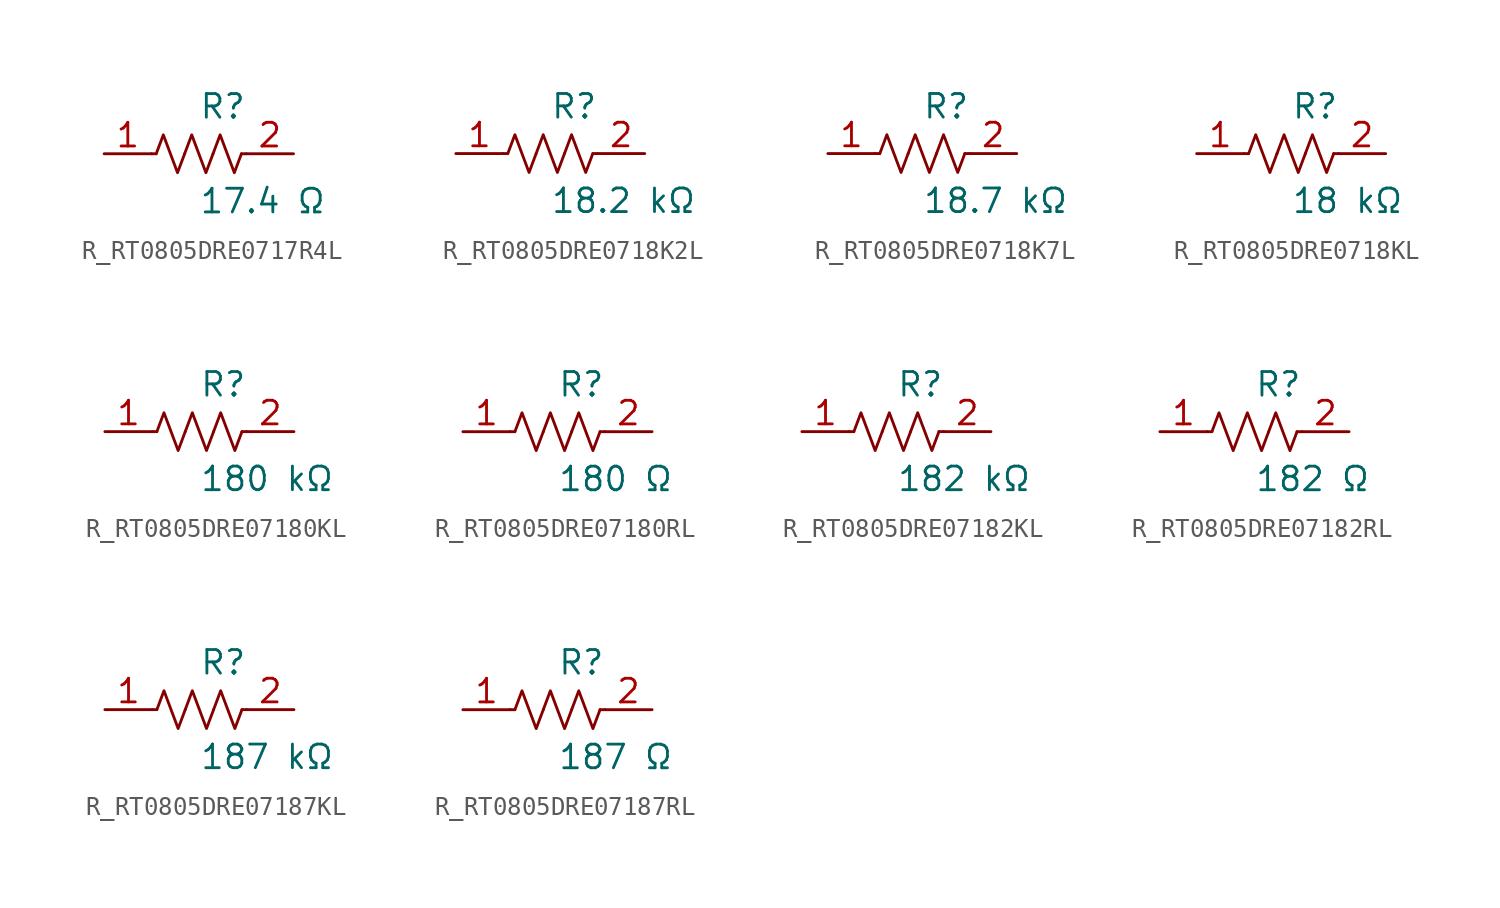
<source format=kicad_sym>
(kicad_symbol_lib
  (version 20231120)
  (generator kicad_symbol_editor)
  (generator_version 8.0)
  (symbol "R_RT0805DRE0717R4L"
    (pin_names
      (offset 0.254))
    (property "Reference" "R"
      (at 0 2.54 0)
      (effects (font (size 1.27 1.27)) (justify left)))
    (property "Value" "17.4 Ω"
      (at 0 -2.54 0)
      (effects (font (size 1.27 1.27)) (justify left)))
    (symbol "R_RT0805DRE0717R4L_0_1"
      (polyline (pts (xy 2.286 0) (xy 2.54 0)) (stroke (width 0) (type default)) (fill (type none)))
      (polyline (pts (xy -2.286 0) (xy -2.54 0)) (stroke (width 0) (type default)) (fill (type none)))
      (polyline (pts (xy 0.762 0) (xy 1.143 1.016) (xy 1.524 0) (xy 1.905 -1.016) (xy 2.286 0)) (stroke (width 0) (type default)) (fill (type none)))
      (polyline (pts (xy -0.762 0) (xy -0.381 1.016) (xy 0 0) (xy 0.381 -1.016) (xy 0.762 0)) (stroke (width 0) (type default)) (fill (type none)))
      (polyline (pts (xy -2.286 0) (xy -1.905 1.016) (xy -1.524 0) (xy -1.143 -1.016) (xy -0.762 0)) (stroke (width 0) (type default)) (fill (type none))))
    (pin passive line
      (at -5.08 0 0)
      (length 2.54)
      (name "" (effects (font (size 1.27 1.27))))
      (number "1" (effects (font (size 1.27 1.27)))))
    (pin passive line
      (at 5.08 0 180)
      (length 2.54)
      (name "" (effects (font (size 1.27 1.27))))
      (number "2" (effects (font (size 1.27 1.27))))))
  (symbol "R_RT0805DRE0718K2L"
    (pin_names
      (offset 0.254))
    (property "Reference" "R"
      (at 0 2.54 0)
      (effects (font (size 1.27 1.27)) (justify left)))
    (property "Value" "18.2 kΩ"
      (at 0 -2.54 0)
      (effects (font (size 1.27 1.27)) (justify left)))
    (symbol "R_RT0805DRE0718K2L_0_1"
      (polyline (pts (xy 2.286 0) (xy 2.54 0)) (stroke (width 0) (type default)) (fill (type none)))
      (polyline (pts (xy -2.286 0) (xy -2.54 0)) (stroke (width 0) (type default)) (fill (type none)))
      (polyline (pts (xy 0.762 0) (xy 1.143 1.016) (xy 1.524 0) (xy 1.905 -1.016) (xy 2.286 0)) (stroke (width 0) (type default)) (fill (type none)))
      (polyline (pts (xy -0.762 0) (xy -0.381 1.016) (xy 0 0) (xy 0.381 -1.016) (xy 0.762 0)) (stroke (width 0) (type default)) (fill (type none)))
      (polyline (pts (xy -2.286 0) (xy -1.905 1.016) (xy -1.524 0) (xy -1.143 -1.016) (xy -0.762 0)) (stroke (width 0) (type default)) (fill (type none))))
    (pin passive line
      (at -5.08 0 0)
      (length 2.54)
      (name "" (effects (font (size 1.27 1.27))))
      (number "1" (effects (font (size 1.27 1.27)))))
    (pin passive line
      (at 5.08 0 180)
      (length 2.54)
      (name "" (effects (font (size 1.27 1.27))))
      (number "2" (effects (font (size 1.27 1.27))))))
  (symbol "R_RT0805DRE0718K7L"
    (pin_names
      (offset 0.254))
    (property "Reference" "R"
      (at 0 2.54 0)
      (effects (font (size 1.27 1.27)) (justify left)))
    (property "Value" "18.7 kΩ"
      (at 0 -2.54 0)
      (effects (font (size 1.27 1.27)) (justify left)))
    (symbol "R_RT0805DRE0718K7L_0_1"
      (polyline (pts (xy 2.286 0) (xy 2.54 0)) (stroke (width 0) (type default)) (fill (type none)))
      (polyline (pts (xy -2.286 0) (xy -2.54 0)) (stroke (width 0) (type default)) (fill (type none)))
      (polyline (pts (xy 0.762 0) (xy 1.143 1.016) (xy 1.524 0) (xy 1.905 -1.016) (xy 2.286 0)) (stroke (width 0) (type default)) (fill (type none)))
      (polyline (pts (xy -0.762 0) (xy -0.381 1.016) (xy 0 0) (xy 0.381 -1.016) (xy 0.762 0)) (stroke (width 0) (type default)) (fill (type none)))
      (polyline (pts (xy -2.286 0) (xy -1.905 1.016) (xy -1.524 0) (xy -1.143 -1.016) (xy -0.762 0)) (stroke (width 0) (type default)) (fill (type none))))
    (pin passive line
      (at -5.08 0 0)
      (length 2.54)
      (name "" (effects (font (size 1.27 1.27))))
      (number "1" (effects (font (size 1.27 1.27)))))
    (pin passive line
      (at 5.08 0 180)
      (length 2.54)
      (name "" (effects (font (size 1.27 1.27))))
      (number "2" (effects (font (size 1.27 1.27))))))
  (symbol "R_RT0805DRE0718KL"
    (pin_names
      (offset 0.254))
    (property "Reference" "R"
      (at 0 2.54 0)
      (effects (font (size 1.27 1.27)) (justify left)))
    (property "Value" "18 kΩ"
      (at 0 -2.54 0)
      (effects (font (size 1.27 1.27)) (justify left)))
    (symbol "R_RT0805DRE0718KL_0_1"
      (polyline (pts (xy 2.286 0) (xy 2.54 0)) (stroke (width 0) (type default)) (fill (type none)))
      (polyline (pts (xy -2.286 0) (xy -2.54 0)) (stroke (width 0) (type default)) (fill (type none)))
      (polyline (pts (xy 0.762 0) (xy 1.143 1.016) (xy 1.524 0) (xy 1.905 -1.016) (xy 2.286 0)) (stroke (width 0) (type default)) (fill (type none)))
      (polyline (pts (xy -0.762 0) (xy -0.381 1.016) (xy 0 0) (xy 0.381 -1.016) (xy 0.762 0)) (stroke (width 0) (type default)) (fill (type none)))
      (polyline (pts (xy -2.286 0) (xy -1.905 1.016) (xy -1.524 0) (xy -1.143 -1.016) (xy -0.762 0)) (stroke (width 0) (type default)) (fill (type none))))
    (pin passive line
      (at -5.08 0 0)
      (length 2.54)
      (name "" (effects (font (size 1.27 1.27))))
      (number "1" (effects (font (size 1.27 1.27)))))
    (pin passive line
      (at 5.08 0 180)
      (length 2.54)
      (name "" (effects (font (size 1.27 1.27))))
      (number "2" (effects (font (size 1.27 1.27))))))
  (symbol "R_RT0805DRE07180KL"
    (pin_names
      (offset 0.254))
    (property "Reference" "R"
      (at 0 2.54 0)
      (effects (font (size 1.27 1.27)) (justify left)))
    (property "Value" "180 kΩ"
      (at 0 -2.54 0)
      (effects (font (size 1.27 1.27)) (justify left)))
    (symbol "R_RT0805DRE07180KL_0_1"
      (polyline (pts (xy 2.286 0) (xy 2.54 0)) (stroke (width 0) (type default)) (fill (type none)))
      (polyline (pts (xy -2.286 0) (xy -2.54 0)) (stroke (width 0) (type default)) (fill (type none)))
      (polyline (pts (xy 0.762 0) (xy 1.143 1.016) (xy 1.524 0) (xy 1.905 -1.016) (xy 2.286 0)) (stroke (width 0) (type default)) (fill (type none)))
      (polyline (pts (xy -0.762 0) (xy -0.381 1.016) (xy 0 0) (xy 0.381 -1.016) (xy 0.762 0)) (stroke (width 0) (type default)) (fill (type none)))
      (polyline (pts (xy -2.286 0) (xy -1.905 1.016) (xy -1.524 0) (xy -1.143 -1.016) (xy -0.762 0)) (stroke (width 0) (type default)) (fill (type none))))
    (pin passive line
      (at -5.08 0 0)
      (length 2.54)
      (name "" (effects (font (size 1.27 1.27))))
      (number "1" (effects (font (size 1.27 1.27)))))
    (pin passive line
      (at 5.08 0 180)
      (length 2.54)
      (name "" (effects (font (size 1.27 1.27))))
      (number "2" (effects (font (size 1.27 1.27))))))
  (symbol "R_RT0805DRE07180RL"
    (pin_names
      (offset 0.254))
    (property "Reference" "R"
      (at 0 2.54 0)
      (effects (font (size 1.27 1.27)) (justify left)))
    (property "Value" "180 Ω"
      (at 0 -2.54 0)
      (effects (font (size 1.27 1.27)) (justify left)))
    (symbol "R_RT0805DRE07180RL_0_1"
      (polyline (pts (xy 2.286 0) (xy 2.54 0)) (stroke (width 0) (type default)) (fill (type none)))
      (polyline (pts (xy -2.286 0) (xy -2.54 0)) (stroke (width 0) (type default)) (fill (type none)))
      (polyline (pts (xy 0.762 0) (xy 1.143 1.016) (xy 1.524 0) (xy 1.905 -1.016) (xy 2.286 0)) (stroke (width 0) (type default)) (fill (type none)))
      (polyline (pts (xy -0.762 0) (xy -0.381 1.016) (xy 0 0) (xy 0.381 -1.016) (xy 0.762 0)) (stroke (width 0) (type default)) (fill (type none)))
      (polyline (pts (xy -2.286 0) (xy -1.905 1.016) (xy -1.524 0) (xy -1.143 -1.016) (xy -0.762 0)) (stroke (width 0) (type default)) (fill (type none))))
    (pin passive line
      (at -5.08 0 0)
      (length 2.54)
      (name "" (effects (font (size 1.27 1.27))))
      (number "1" (effects (font (size 1.27 1.27)))))
    (pin passive line
      (at 5.08 0 180)
      (length 2.54)
      (name "" (effects (font (size 1.27 1.27))))
      (number "2" (effects (font (size 1.27 1.27))))))
  (symbol "R_RT0805DRE07182KL"
    (pin_names
      (offset 0.254))
    (property "Reference" "R"
      (at 0 2.54 0)
      (effects (font (size 1.27 1.27)) (justify left)))
    (property "Value" "182 kΩ"
      (at 0 -2.54 0)
      (effects (font (size 1.27 1.27)) (justify left)))
    (symbol "R_RT0805DRE07182KL_0_1"
      (polyline (pts (xy 2.286 0) (xy 2.54 0)) (stroke (width 0) (type default)) (fill (type none)))
      (polyline (pts (xy -2.286 0) (xy -2.54 0)) (stroke (width 0) (type default)) (fill (type none)))
      (polyline (pts (xy 0.762 0) (xy 1.143 1.016) (xy 1.524 0) (xy 1.905 -1.016) (xy 2.286 0)) (stroke (width 0) (type default)) (fill (type none)))
      (polyline (pts (xy -0.762 0) (xy -0.381 1.016) (xy 0 0) (xy 0.381 -1.016) (xy 0.762 0)) (stroke (width 0) (type default)) (fill (type none)))
      (polyline (pts (xy -2.286 0) (xy -1.905 1.016) (xy -1.524 0) (xy -1.143 -1.016) (xy -0.762 0)) (stroke (width 0) (type default)) (fill (type none))))
    (pin passive line
      (at -5.08 0 0)
      (length 2.54)
      (name "" (effects (font (size 1.27 1.27))))
      (number "1" (effects (font (size 1.27 1.27)))))
    (pin passive line
      (at 5.08 0 180)
      (length 2.54)
      (name "" (effects (font (size 1.27 1.27))))
      (number "2" (effects (font (size 1.27 1.27))))))
  (symbol "R_RT0805DRE07182RL"
    (pin_names
      (offset 0.254))
    (property "Reference" "R"
      (at 0 2.54 0)
      (effects (font (size 1.27 1.27)) (justify left)))
    (property "Value" "182 Ω"
      (at 0 -2.54 0)
      (effects (font (size 1.27 1.27)) (justify left)))
    (symbol "R_RT0805DRE07182RL_0_1"
      (polyline (pts (xy 2.286 0) (xy 2.54 0)) (stroke (width 0) (type default)) (fill (type none)))
      (polyline (pts (xy -2.286 0) (xy -2.54 0)) (stroke (width 0) (type default)) (fill (type none)))
      (polyline (pts (xy 0.762 0) (xy 1.143 1.016) (xy 1.524 0) (xy 1.905 -1.016) (xy 2.286 0)) (stroke (width 0) (type default)) (fill (type none)))
      (polyline (pts (xy -0.762 0) (xy -0.381 1.016) (xy 0 0) (xy 0.381 -1.016) (xy 0.762 0)) (stroke (width 0) (type default)) (fill (type none)))
      (polyline (pts (xy -2.286 0) (xy -1.905 1.016) (xy -1.524 0) (xy -1.143 -1.016) (xy -0.762 0)) (stroke (width 0) (type default)) (fill (type none))))
    (pin passive line
      (at -5.08 0 0)
      (length 2.54)
      (name "" (effects (font (size 1.27 1.27))))
      (number "1" (effects (font (size 1.27 1.27)))))
    (pin passive line
      (at 5.08 0 180)
      (length 2.54)
      (name "" (effects (font (size 1.27 1.27))))
      (number "2" (effects (font (size 1.27 1.27))))))
  (symbol "R_RT0805DRE07187KL"
    (pin_names
      (offset 0.254))
    (property "Reference" "R"
      (at 0 2.54 0)
      (effects (font (size 1.27 1.27)) (justify left)))
    (property "Value" "187 kΩ"
      (at 0 -2.54 0)
      (effects (font (size 1.27 1.27)) (justify left)))
    (symbol "R_RT0805DRE07187KL_0_1"
      (polyline (pts (xy 2.286 0) (xy 2.54 0)) (stroke (width 0) (type default)) (fill (type none)))
      (polyline (pts (xy -2.286 0) (xy -2.54 0)) (stroke (width 0) (type default)) (fill (type none)))
      (polyline (pts (xy 0.762 0) (xy 1.143 1.016) (xy 1.524 0) (xy 1.905 -1.016) (xy 2.286 0)) (stroke (width 0) (type default)) (fill (type none)))
      (polyline (pts (xy -0.762 0) (xy -0.381 1.016) (xy 0 0) (xy 0.381 -1.016) (xy 0.762 0)) (stroke (width 0) (type default)) (fill (type none)))
      (polyline (pts (xy -2.286 0) (xy -1.905 1.016) (xy -1.524 0) (xy -1.143 -1.016) (xy -0.762 0)) (stroke (width 0) (type default)) (fill (type none))))
    (pin passive line
      (at -5.08 0 0)
      (length 2.54)
      (name "" (effects (font (size 1.27 1.27))))
      (number "1" (effects (font (size 1.27 1.27)))))
    (pin passive line
      (at 5.08 0 180)
      (length 2.54)
      (name "" (effects (font (size 1.27 1.27))))
      (number "2" (effects (font (size 1.27 1.27))))))
  (symbol "R_RT0805DRE07187RL"
    (pin_names
      (offset 0.254))
    (property "Reference" "R"
      (at 0 2.54 0)
      (effects (font (size 1.27 1.27)) (justify left)))
    (property "Value" "187 Ω"
      (at 0 -2.54 0)
      (effects (font (size 1.27 1.27)) (justify left)))
    (symbol "R_RT0805DRE07187RL_0_1"
      (polyline (pts (xy 2.286 0) (xy 2.54 0)) (stroke (width 0) (type default)) (fill (type none)))
      (polyline (pts (xy -2.286 0) (xy -2.54 0)) (stroke (width 0) (type default)) (fill (type none)))
      (polyline (pts (xy 0.762 0) (xy 1.143 1.016) (xy 1.524 0) (xy 1.905 -1.016) (xy 2.286 0)) (stroke (width 0) (type default)) (fill (type none)))
      (polyline (pts (xy -0.762 0) (xy -0.381 1.016) (xy 0 0) (xy 0.381 -1.016) (xy 0.762 0)) (stroke (width 0) (type default)) (fill (type none)))
      (polyline (pts (xy -2.286 0) (xy -1.905 1.016) (xy -1.524 0) (xy -1.143 -1.016) (xy -0.762 0)) (stroke (width 0) (type default)) (fill (type none))))
    (pin passive line
      (at -5.08 0 0)
      (length 2.54)
      (name "" (effects (font (size 1.27 1.27))))
      (number "1" (effects (font (size 1.27 1.27)))))
    (pin passive line
      (at 5.08 0 180)
      (length 2.54)
      (name "" (effects (font (size 1.27 1.27))))
      (number "2" (effects (font (size 1.27 1.27)))))))
</source>
